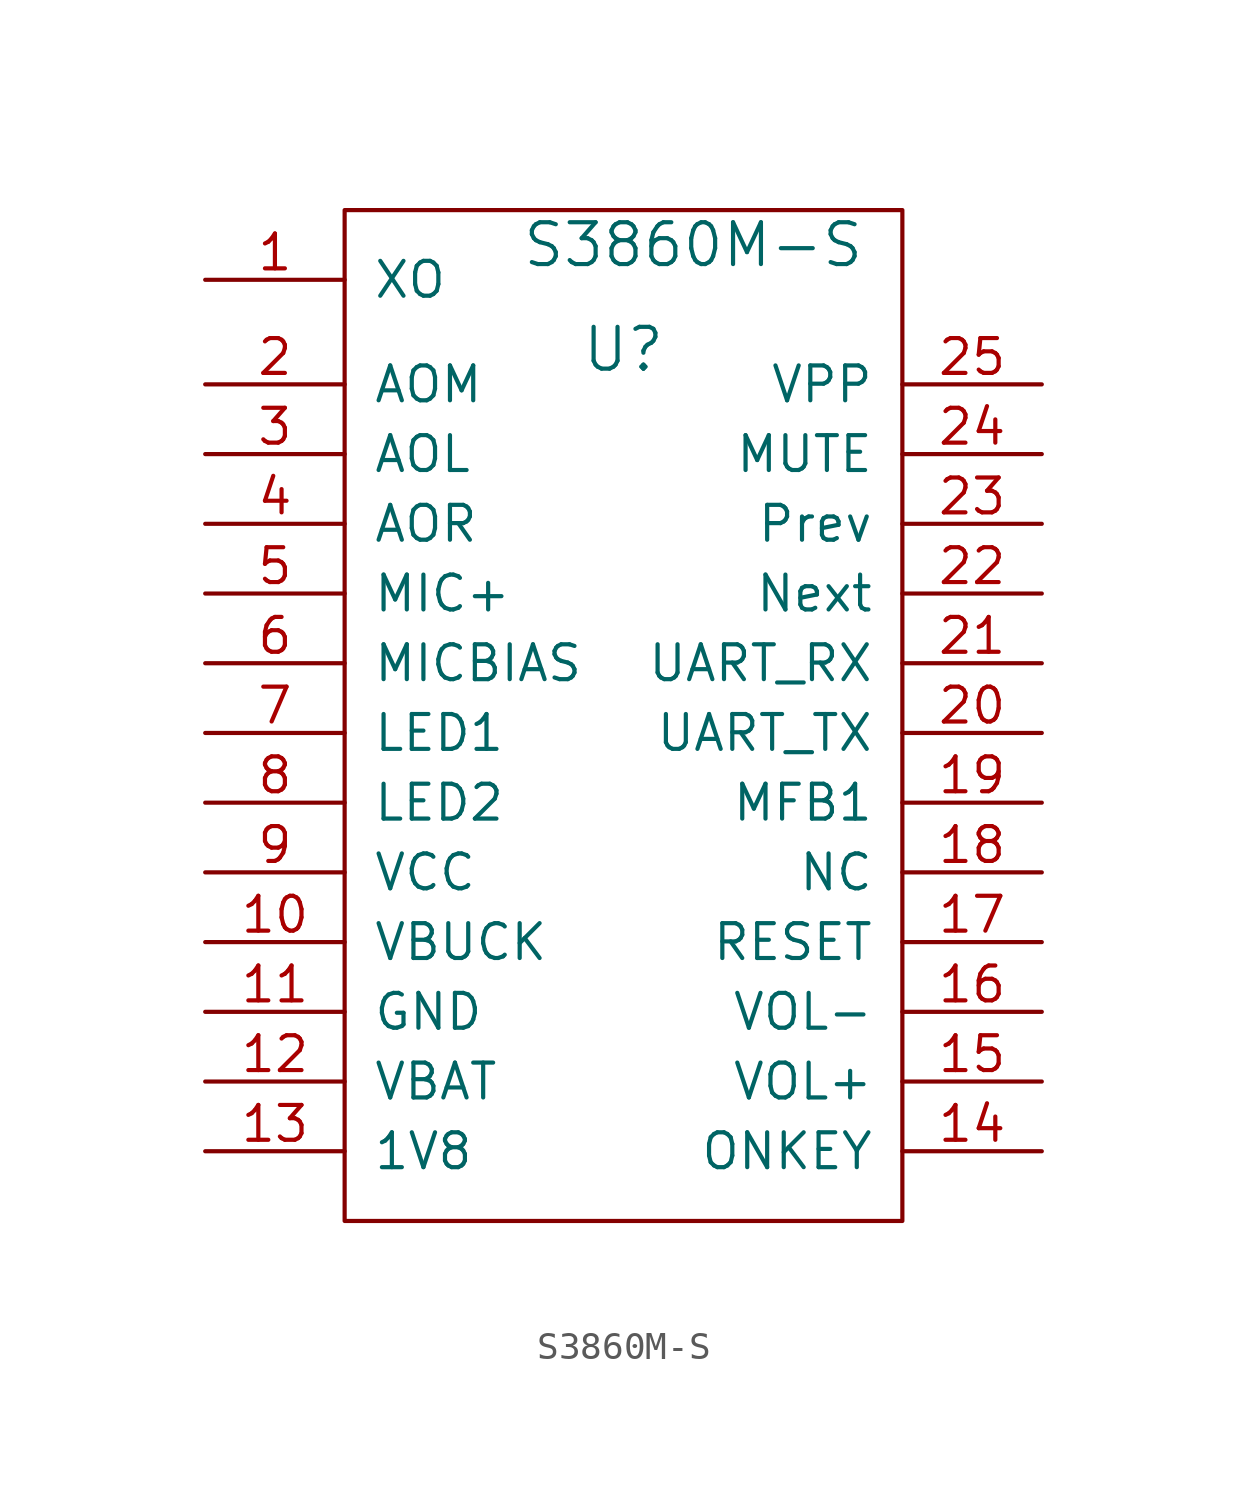
<source format=kicad_sym>
(kicad_symbol_lib
  (version 20211014)
  (generator kicad_symbol_editor)
  (symbol "S3860M-S"
    (pin_names
      (offset 1.016))
    (property "Reference" "U"
      (at 0 12.7 0)
      (effects (font (size 1.524 1.524))))
    (property "Value" "S3860M-S"
      (at 2.54 16.51 0)
      (effects (font (size 1.524 1.524))))
    (property "Footprint" ""
      (at 1.27 0 0)
      (effects (font (size 1.524 1.524))))
    (property "Datasheet" ""
      (at 1.27 0 0)
      (effects (font (size 1.524 1.524))))
    (symbol "S3860M-S_0_1"
      (rectangle (start -10.16 17.78) (end 10.16 -19.05) (stroke (width 0) (type default) (color 0 0 0 0)) (fill (type none))))
    (symbol "S3860M-S_1_1"
      (pin input line (at -15.24 15.24 0) (length 5.08) (name "XO" (effects (font (size 1.27 1.27)))) (number "1" (effects (font (size 1.27 1.27)))))
      (pin input line (at -15.24 -8.89 0) (length 5.08) (name "VBUCK" (effects (font (size 1.27 1.27)))) (number "10" (effects (font (size 1.27 1.27)))))
      (pin input line (at -15.24 -11.43 0) (length 5.08) (name "GND" (effects (font (size 1.27 1.27)))) (number "11" (effects (font (size 1.27 1.27)))))
      (pin input line (at -15.24 -13.97 0) (length 5.08) (name "VBAT" (effects (font (size 1.27 1.27)))) (number "12" (effects (font (size 1.27 1.27)))))
      (pin input line (at -15.24 -16.51 0) (length 5.08) (name "1V8" (effects (font (size 1.27 1.27)))) (number "13" (effects (font (size 1.27 1.27)))))
      (pin input line (at 15.24 -16.51 180) (length 5.08) (name "ONKEY" (effects (font (size 1.27 1.27)))) (number "14" (effects (font (size 1.27 1.27)))))
      (pin input line (at 15.24 -13.97 180) (length 5.08) (name "VOL+" (effects (font (size 1.27 1.27)))) (number "15" (effects (font (size 1.27 1.27)))))
      (pin input line (at 15.24 -11.43 180) (length 5.08) (name "VOL-" (effects (font (size 1.27 1.27)))) (number "16" (effects (font (size 1.27 1.27)))))
      (pin input line (at 15.24 -8.89 180) (length 5.08) (name "RESET" (effects (font (size 1.27 1.27)))) (number "17" (effects (font (size 1.27 1.27)))))
      (pin input line (at 15.24 -6.35 180) (length 5.08) (name "NC" (effects (font (size 1.27 1.27)))) (number "18" (effects (font (size 1.27 1.27)))))
      (pin input line (at 15.24 -3.81 180) (length 5.08) (name "MFB1" (effects (font (size 1.27 1.27)))) (number "19" (effects (font (size 1.27 1.27)))))
      (pin input line (at -15.24 11.43 0) (length 5.08) (name "AOM" (effects (font (size 1.27 1.27)))) (number "2" (effects (font (size 1.27 1.27)))))
      (pin input line (at 15.24 -1.27 180) (length 5.08) (name "UART_TX" (effects (font (size 1.27 1.27)))) (number "20" (effects (font (size 1.27 1.27)))))
      (pin input line (at 15.24 1.27 180) (length 5.08) (name "UART_RX" (effects (font (size 1.27 1.27)))) (number "21" (effects (font (size 1.27 1.27)))))
      (pin input line (at 15.24 3.81 180) (length 5.08) (name "Next" (effects (font (size 1.27 1.27)))) (number "22" (effects (font (size 1.27 1.27)))))
      (pin input line (at 15.24 6.35 180) (length 5.08) (name "Prev" (effects (font (size 1.27 1.27)))) (number "23" (effects (font (size 1.27 1.27)))))
      (pin input line (at 15.24 8.89 180) (length 5.08) (name "MUTE" (effects (font (size 1.27 1.27)))) (number "24" (effects (font (size 1.27 1.27)))))
      (pin input line (at 15.24 11.43 180) (length 5.08) (name "VPP" (effects (font (size 1.27 1.27)))) (number "25" (effects (font (size 1.27 1.27)))))
      (pin input line (at -15.24 8.89 0) (length 5.08) (name "AOL" (effects (font (size 1.27 1.27)))) (number "3" (effects (font (size 1.27 1.27)))))
      (pin input line (at -15.24 6.35 0) (length 5.08) (name "AOR" (effects (font (size 1.27 1.27)))) (number "4" (effects (font (size 1.27 1.27)))))
      (pin input line (at -15.24 3.81 0) (length 5.08) (name "MIC+" (effects (font (size 1.27 1.27)))) (number "5" (effects (font (size 1.27 1.27)))))
      (pin input line (at -15.24 1.27 0) (length 5.08) (name "MICBIAS" (effects (font (size 1.27 1.27)))) (number "6" (effects (font (size 1.27 1.27)))))
      (pin input line (at -15.24 -1.27 0) (length 5.08) (name "LED1" (effects (font (size 1.27 1.27)))) (number "7" (effects (font (size 1.27 1.27)))))
      (pin input line (at -15.24 -3.81 0) (length 5.08) (name "LED2" (effects (font (size 1.27 1.27)))) (number "8" (effects (font (size 1.27 1.27)))))
      (pin input line (at -15.24 -6.35 0) (length 5.08) (name "VCC" (effects (font (size 1.27 1.27)))) (number "9" (effects (font (size 1.27 1.27))))))))
</source>
